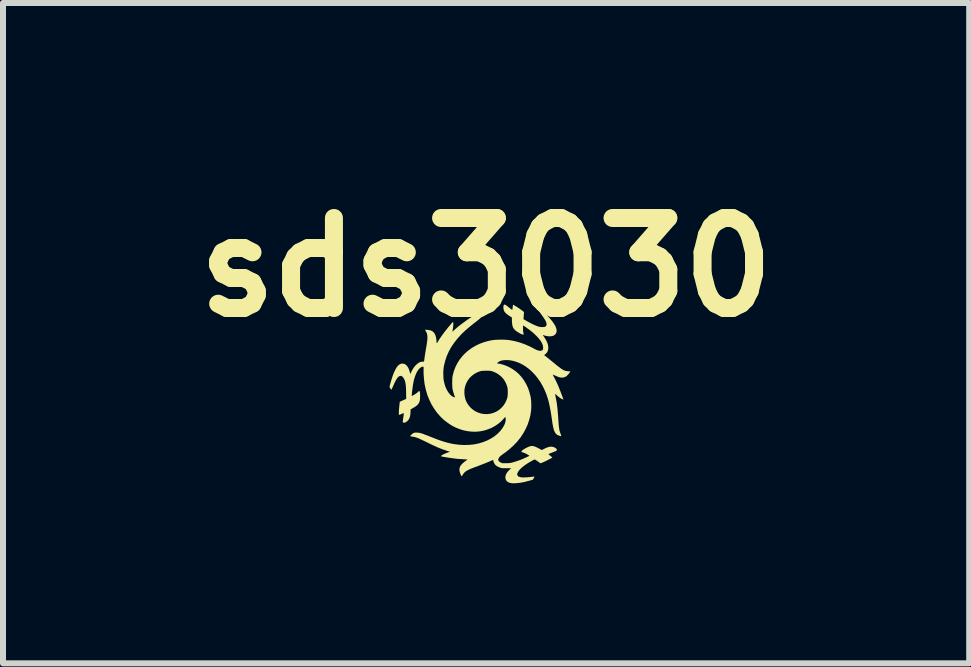
<source format=kicad_pcb>
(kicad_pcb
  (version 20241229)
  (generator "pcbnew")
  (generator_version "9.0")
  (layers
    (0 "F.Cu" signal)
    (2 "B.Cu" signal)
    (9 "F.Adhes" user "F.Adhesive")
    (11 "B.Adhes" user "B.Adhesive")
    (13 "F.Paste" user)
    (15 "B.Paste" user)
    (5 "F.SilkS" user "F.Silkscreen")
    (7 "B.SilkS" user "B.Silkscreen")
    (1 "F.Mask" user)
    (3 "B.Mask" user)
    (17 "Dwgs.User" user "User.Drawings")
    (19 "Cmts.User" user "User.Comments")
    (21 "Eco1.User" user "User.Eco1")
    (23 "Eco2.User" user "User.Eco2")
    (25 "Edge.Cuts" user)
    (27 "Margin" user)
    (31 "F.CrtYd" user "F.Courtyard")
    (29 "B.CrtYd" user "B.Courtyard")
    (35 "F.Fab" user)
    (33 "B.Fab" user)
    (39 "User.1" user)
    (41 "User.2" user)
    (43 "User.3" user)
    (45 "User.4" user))
  (footprint "sds3030"
    (layer "F.Cu")
    (at 5.05 3.487)
    (property "Reference" "sds3030" (at 0 -2.083 0) (layer "F.SilkS") (effects (font (size 1.5 1.5) (thickness 0.3))))
    (attr board_only exclude_from_pos_files exclude_from_bom)
    (fp_poly (pts (xy 0.313 -1.461) (xy 0.327 -1.454) (xy 0.344 -1.442) (xy 0.366 -1.425) (xy 0.367 -1.424) (xy 0.386 -1.409) (xy 0.403 -1.396) (xy 0.417 -1.385) (xy 0.428 -1.378) (xy 0.434 -1.374) (xy 0.436 -1.374) (xy 0.437 -1.379) (xy 0.439 -1.389) (xy 0.441 -1.403) (xy 0.443 -1.417) (xy 0.445 -1.434) (xy 0.447 -1.447) (xy 0.449 -1.456) (xy 0.45 -1.459) (xy 0.453 -1.458) (xy 0.462 -1.453) (xy 0.475 -1.446) (xy 0.49 -1.437) (xy 0.506 -1.427) (xy 0.523 -1.416) (xy 0.538 -1.406) (xy 0.551 -1.398) (xy 0.557 -1.394) (xy 0.569 -1.385) (xy 0.585 -1.373) (xy 0.601 -1.361) (xy 0.604 -1.359) (xy 0.632 -1.338) (xy 0.63 -1.318) (xy 0.629 -1.306) (xy 0.628 -1.289) (xy 0.626 -1.27) (xy 0.626 -1.259) (xy 0.623 -1.219) (xy 0.676 -1.188) (xy 0.71 -1.169) (xy 0.745 -1.15) (xy 0.78 -1.133) (xy 0.812 -1.118) (xy 0.842 -1.106) (xy 0.864 -1.098) (xy 0.884 -1.092) (xy 0.903 -1.089) (xy 0.924 -1.087) (xy 0.934 -1.087) (xy 0.958 -1.087) (xy 0.976 -1.09) (xy 0.988 -1.095) (xy 0.997 -1.103) (xy 1.002 -1.111) (xy 1.007 -1.123) (xy 1.008 -1.138) (xy 1.005 -1.154) (xy 0.999 -1.173) (xy 0.988 -1.196) (xy 0.972 -1.222) (xy 0.952 -1.253) (xy 0.927 -1.288) (xy 0.919 -1.299) (xy 0.905 -1.318) (xy 0.894 -1.334) (xy 0.884 -1.347) (xy 0.878 -1.356) (xy 0.875 -1.36) (xy 0.875 -1.36) (xy 0.879 -1.361) (xy 0.888 -1.362) (xy 0.901 -1.362) (xy 0.904 -1.362) (xy 0.933 -1.362) (xy 0.964 -1.334) (xy 0.983 -1.316) (xy 1.004 -1.294) (xy 1.027 -1.27) (xy 1.051 -1.244) (xy 1.072 -1.219) (xy 1.091 -1.197) (xy 1.104 -1.181) (xy 1.129 -1.145) (xy 1.149 -1.113) (xy 1.163 -1.083) (xy 1.171 -1.057) (xy 1.175 -1.032) (xy 1.175 -1.019) (xy 1.17 -0.993) (xy 1.158 -0.972) (xy 1.141 -0.955) (xy 1.119 -0.942) (xy 1.091 -0.935) (xy 1.058 -0.933) (xy 1.044 -0.933) (xy 1.003 -0.939) (xy 0.978 -0.945) (xy 0.964 -0.95) (xy 0.953 -0.953) (xy 0.946 -0.954) (xy 0.945 -0.954) (xy 0.947 -0.951) (xy 0.952 -0.942) (xy 0.96 -0.931) (xy 0.967 -0.921) (xy 0.983 -0.896) (xy 0.999 -0.869) (xy 1.012 -0.842) (xy 1.023 -0.816) (xy 1.03 -0.794) (xy 1.031 -0.788) (xy 1.036 -0.751) (xy 1.035 -0.72) (xy 1.029 -0.692) (xy 1.017 -0.668) (xy 0.999 -0.646) (xy 0.986 -0.635) (xy 0.967 -0.619) (xy 1.006 -0.59) (xy 1.019 -0.579) (xy 1.037 -0.565) (xy 1.058 -0.547) (xy 1.082 -0.528) (xy 1.107 -0.508) (xy 1.13 -0.489) (xy 1.17 -0.456) (xy 1.204 -0.429) (xy 1.235 -0.406) (xy 1.26 -0.388) (xy 1.283 -0.374) (xy 1.301 -0.365) (xy 1.309 -0.361) (xy 1.328 -0.356) (xy 1.352 -0.352) (xy 1.367 -0.351) (xy 1.383 -0.35) (xy 1.395 -0.348) (xy 1.402 -0.347) (xy 1.404 -0.346) (xy 1.402 -0.342) (xy 1.395 -0.333) (xy 1.386 -0.321) (xy 1.376 -0.308) (xy 1.365 -0.295) (xy 1.355 -0.284) (xy 1.347 -0.276) (xy 1.346 -0.275) (xy 1.327 -0.261) (xy 1.303 -0.251) (xy 1.277 -0.245) (xy 1.275 -0.245) (xy 1.254 -0.245) (xy 1.229 -0.249) (xy 1.201 -0.257) (xy 1.168 -0.271) (xy 1.159 -0.275) (xy 1.142 -0.282) (xy 1.127 -0.289) (xy 1.117 -0.293) (xy 1.111 -0.296) (xy 1.111 -0.294) (xy 1.114 -0.287) (xy 1.119 -0.275) (xy 1.122 -0.27) (xy 1.15 -0.218) (xy 1.178 -0.16) (xy 1.206 -0.097) (xy 1.233 -0.029) (xy 1.254 0.025) (xy 1.262 0.047) (xy 1.27 0.068) (xy 1.276 0.086) (xy 1.281 0.1) (xy 1.284 0.107) (xy 1.289 0.121) (xy 1.279 0.118) (xy 1.26 0.11) (xy 1.237 0.097) (xy 1.212 0.079) (xy 1.185 0.056) (xy 1.18 0.052) (xy 1.168 0.041) (xy 1.158 0.033) (xy 1.152 0.029) (xy 1.15 0.028) (xy 1.15 0.032) (xy 1.152 0.042) (xy 1.154 0.057) (xy 1.158 0.076) (xy 1.16 0.084) (xy 1.167 0.121) (xy 1.174 0.158) (xy 1.18 0.197) (xy 1.185 0.239) (xy 1.19 0.283) (xy 1.194 0.333) (xy 1.199 0.387) (xy 1.203 0.448) (xy 1.204 0.468) (xy 1.207 0.51) (xy 1.21 0.546) (xy 1.213 0.576) (xy 1.217 0.602) (xy 1.22 0.624) (xy 1.225 0.644) (xy 1.231 0.663) (xy 1.237 0.681) (xy 1.243 0.698) (xy 1.248 0.712) (xy 1.251 0.722) (xy 1.252 0.726) (xy 1.251 0.729) (xy 1.246 0.73) (xy 1.238 0.729) (xy 1.224 0.725) (xy 1.218 0.723) (xy 1.195 0.714) (xy 1.177 0.703) (xy 1.162 0.688) (xy 1.154 0.679) (xy 1.146 0.665) (xy 1.138 0.648) (xy 1.13 0.629) (xy 1.124 0.606) (xy 1.117 0.578) (xy 1.111 0.546) (xy 1.104 0.507) (xy 1.098 0.462) (xy 1.096 0.448) (xy 1.085 0.374) (xy 1.074 0.306) (xy 1.062 0.245) (xy 1.05 0.188) (xy 1.037 0.135) (xy 1.022 0.086) (xy 1.007 0.04) (xy 0.989 -0.005) (xy 0.97 -0.049) (xy 0.948 -0.093) (xy 0.944 -0.101) (xy 0.907 -0.167) (xy 0.865 -0.228) (xy 0.82 -0.285) (xy 0.771 -0.337) (xy 0.72 -0.384) (xy 0.666 -0.425) (xy 0.611 -0.46) (xy 0.554 -0.489) (xy 0.495 -0.511) (xy 0.436 -0.527) (xy 0.377 -0.536) (xy 0.337 -0.537) (xy 0.295 -0.535) (xy 0.26 -0.53) (xy 0.231 -0.52) (xy 0.207 -0.507) (xy 0.195 -0.497) (xy 0.186 -0.488) (xy 0.183 -0.483) (xy 0.186 -0.48) (xy 0.193 -0.479) (xy 0.212 -0.478) (xy 0.236 -0.473) (xy 0.263 -0.466) (xy 0.293 -0.457) (xy 0.323 -0.446) (xy 0.353 -0.434) (xy 0.375 -0.424) (xy 0.435 -0.391) (xy 0.491 -0.352) (xy 0.543 -0.307) (xy 0.589 -0.256) (xy 0.63 -0.201) (xy 0.666 -0.14) (xy 0.697 -0.076) (xy 0.721 -0.006) (xy 0.74 0.067) (xy 0.744 0.089) (xy 0.747 0.112) (xy 0.75 0.141) (xy 0.752 0.173) (xy 0.753 0.206) (xy 0.753 0.24) (xy 0.752 0.271) (xy 0.75 0.297) (xy 0.75 0.301) (xy 0.738 0.382) (xy 0.718 0.461) (xy 0.692 0.538) (xy 0.658 0.613) (xy 0.618 0.686) (xy 0.571 0.756) (xy 0.517 0.823) (xy 0.457 0.886) (xy 0.391 0.946) (xy 0.319 1.003) (xy 0.287 1.025) (xy 0.271 1.037) (xy 0.255 1.049) (xy 0.242 1.059) (xy 0.235 1.065) (xy 0.223 1.078) (xy 0.213 1.092) (xy 0.206 1.107) (xy 0.202 1.12) (xy 0.202 1.123) (xy 0.205 1.138) (xy 0.216 1.152) (xy 0.234 1.165) (xy 0.243 1.169) (xy 0.268 1.181) (xy 0.331 1.181) (xy 0.356 1.181) (xy 0.374 1.18) (xy 0.39 1.179) (xy 0.404 1.177) (xy 0.419 1.174) (xy 0.436 1.17) (xy 0.44 1.169) (xy 0.513 1.147) (xy 0.59 1.119) (xy 0.67 1.084) (xy 0.688 1.075) (xy 0.724 1.058) (xy 0.702 1.045) (xy 0.683 1.033) (xy 0.663 1.022) (xy 0.642 1.012) (xy 0.624 1.005) (xy 0.609 1) (xy 0.605 0.999) (xy 0.593 0.995) (xy 0.587 0.991) (xy 0.589 0.983) (xy 0.597 0.974) (xy 0.605 0.966) (xy 0.618 0.956) (xy 0.637 0.944) (xy 0.659 0.931) (xy 0.682 0.92) (xy 0.704 0.909) (xy 0.724 0.902) (xy 0.738 0.897) (xy 0.757 0.895) (xy 0.777 0.895) (xy 0.799 0.9) (xy 0.822 0.908) (xy 0.849 0.92) (xy 0.881 0.937) (xy 0.887 0.94) (xy 0.928 0.962) (xy 0.971 0.94) (xy 1.006 0.924) (xy 1.037 0.913) (xy 1.065 0.907) (xy 1.09 0.906) (xy 1.093 0.907) (xy 1.115 0.91) (xy 1.135 0.917) (xy 1.153 0.926) (xy 1.167 0.937) (xy 1.177 0.949) (xy 1.179 0.959) (xy 1.179 0.963) (xy 1.178 0.967) (xy 1.175 0.971) (xy 1.17 0.974) (xy 1.161 0.979) (xy 1.148 0.985) (xy 1.129 0.992) (xy 1.105 1.002) (xy 1.099 1.004) (xy 1.079 1.012) (xy 1.062 1.019) (xy 1.049 1.025) (xy 1.041 1.03) (xy 1.039 1.031) (xy 1.042 1.035) (xy 1.049 1.042) (xy 1.061 1.051) (xy 1.071 1.059) (xy 1.084 1.069) (xy 1.095 1.078) (xy 1.102 1.084) (xy 1.103 1.087) (xy 1.1 1.09) (xy 1.091 1.095) (xy 1.077 1.103) (xy 1.06 1.112) (xy 1.04 1.122) (xy 1.019 1.133) (xy 0.997 1.144) (xy 0.976 1.154) (xy 0.957 1.163) (xy 0.94 1.17) (xy 0.928 1.175) (xy 0.928 1.175) (xy 0.906 1.183) (xy 0.861 1.151) (xy 0.844 1.139) (xy 0.83 1.13) (xy 0.818 1.123) (xy 0.812 1.119) (xy 0.81 1.119) (xy 0.805 1.12) (xy 0.795 1.125) (xy 0.78 1.133) (xy 0.763 1.142) (xy 0.744 1.153) (xy 0.724 1.164) (xy 0.705 1.175) (xy 0.691 1.184) (xy 0.653 1.209) (xy 0.62 1.234) (xy 0.59 1.259) (xy 0.565 1.283) (xy 0.545 1.307) (xy 0.53 1.33) (xy 0.521 1.35) (xy 0.518 1.368) (xy 0.519 1.372) (xy 0.523 1.386) (xy 0.532 1.397) (xy 0.545 1.406) (xy 0.563 1.412) (xy 0.586 1.417) (xy 0.616 1.419) (xy 0.651 1.418) (xy 0.692 1.416) (xy 0.74 1.411) (xy 0.789 1.405) (xy 0.799 1.404) (xy 0.806 1.405) (xy 0.807 1.405) (xy 0.805 1.409) (xy 0.8 1.418) (xy 0.794 1.43) (xy 0.793 1.432) (xy 0.78 1.456) (xy 0.724 1.472) (xy 0.692 1.48) (xy 0.667 1.487) (xy 0.644 1.493) (xy 0.624 1.497) (xy 0.603 1.501) (xy 0.58 1.505) (xy 0.568 1.507) (xy 0.519 1.513) (xy 0.476 1.516) (xy 0.44 1.516) (xy 0.424 1.514) (xy 0.393 1.508) (xy 0.367 1.497) (xy 0.346 1.481) (xy 0.331 1.462) (xy 0.323 1.439) (xy 0.321 1.413) (xy 0.323 1.397) (xy 0.329 1.375) (xy 0.338 1.355) (xy 0.35 1.335) (xy 0.368 1.314) (xy 0.382 1.299) (xy 0.417 1.265) (xy 0.337 1.265) (xy 0.31 1.265) (xy 0.289 1.265) (xy 0.274 1.264) (xy 0.262 1.263) (xy 0.253 1.262) (xy 0.246 1.26) (xy 0.238 1.257) (xy 0.234 1.256) (xy 0.206 1.244) (xy 0.184 1.233) (xy 0.168 1.222) (xy 0.156 1.211) (xy 0.154 1.21) (xy 0.143 1.196) (xy 0.134 1.179) (xy 0.126 1.163) (xy 0.122 1.149) (xy 0.122 1.145) (xy 0.121 1.136) (xy 0.119 1.131) (xy 0.114 1.129) (xy 0.105 1.131) (xy 0.091 1.137) (xy 0.076 1.143) (xy 0.051 1.155) (xy 0.024 1.166) (xy -0.004 1.178) (xy -0.036 1.19) (xy -0.072 1.204) (xy -0.113 1.22) (xy -0.142 1.231) (xy -0.188 1.248) (xy -0.227 1.263) (xy -0.26 1.276) (xy -0.287 1.289) (xy -0.311 1.3) (xy -0.33 1.311) (xy -0.345 1.322) (xy -0.358 1.333) (xy -0.369 1.345) (xy -0.379 1.358) (xy -0.388 1.372) (xy -0.39 1.375) (xy -0.397 1.387) (xy -0.403 1.395) (xy -0.408 1.399) (xy -0.408 1.399) (xy -0.411 1.395) (xy -0.416 1.386) (xy -0.423 1.372) (xy -0.427 1.362) (xy -0.439 1.328) (xy -0.445 1.297) (xy -0.443 1.269) (xy -0.436 1.242) (xy -0.421 1.217) (xy -0.412 1.205) (xy -0.392 1.185) (xy -0.368 1.164) (xy -0.341 1.143) (xy -0.327 1.134) (xy -0.317 1.127) (xy -0.311 1.122) (xy -0.309 1.12) (xy -0.313 1.12) (xy -0.323 1.119) (xy -0.338 1.118) (xy -0.352 1.117) (xy -0.386 1.115) (xy -0.414 1.113) (xy -0.437 1.112) (xy -0.458 1.11) (xy -0.477 1.109) (xy -0.496 1.107) (xy -0.512 1.105) (xy -0.542 1.101) (xy -0.576 1.096) (xy -0.614 1.091) (xy -0.651 1.085) (xy -0.688 1.079) (xy -0.72 1.073) (xy -0.748 1.067) (xy -0.749 1.067) (xy -0.754 1.065) (xy -0.754 1.063) (xy -0.75 1.059) (xy -0.743 1.053) (xy -0.728 1.043) (xy -0.708 1.032) (xy -0.683 1.021) (xy -0.657 1.01) (xy -0.635 1.002) (xy -0.601 0.992) (xy -0.661 0.972) (xy -0.691 0.962) (xy -0.718 0.953) (xy -0.743 0.943) (xy -0.769 0.933) (xy -0.794 0.923) (xy -0.822 0.911) (xy -0.851 0.897) (xy -0.885 0.882) (xy -0.923 0.864) (xy -0.966 0.843) (xy -0.978 0.837) (xy -1.019 0.817) (xy -1.053 0.801) (xy -1.083 0.787) (xy -1.108 0.775) (xy -1.129 0.766) (xy -1.148 0.759) (xy -1.164 0.753) (xy -1.179 0.748) (xy -1.194 0.745) (xy -1.208 0.742) (xy -1.224 0.739) (xy -1.233 0.738) (xy -1.247 0.736) (xy -1.258 0.733) (xy -1.264 0.731) (xy -1.264 0.731) (xy -1.263 0.727) (xy -1.258 0.72) (xy -1.249 0.71) (xy -1.238 0.7) (xy -1.226 0.69) (xy -1.216 0.682) (xy -1.21 0.679) (xy -1.203 0.676) (xy -1.194 0.673) (xy -1.181 0.672) (xy -1.164 0.672) (xy -1.157 0.672) (xy -1.143 0.672) (xy -1.13 0.673) (xy -1.117 0.675) (xy -1.104 0.677) (xy -1.089 0.681) (xy -1.071 0.686) (xy -1.05 0.693) (xy -1.026 0.703) (xy -0.996 0.714) (xy -0.961 0.727) (xy -0.925 0.742) (xy -0.865 0.765) (xy -0.811 0.786) (xy -0.763 0.803) (xy -0.718 0.818) (xy -0.677 0.831) (xy -0.637 0.841) (xy -0.6 0.85) (xy -0.563 0.858) (xy -0.533 0.863) (xy -0.447 0.874) (xy -0.364 0.878) (xy -0.283 0.876) (xy -0.204 0.868) (xy -0.128 0.853) (xy -0.056 0.832) (xy 0.013 0.805) (xy 0.078 0.772) (xy 0.139 0.733) (xy 0.153 0.722) (xy 0.189 0.692) (xy 0.223 0.659) (xy 0.253 0.623) (xy 0.28 0.586) (xy 0.301 0.549) (xy 0.312 0.524) (xy 0.32 0.499) (xy 0.325 0.474) (xy 0.327 0.451) (xy 0.325 0.432) (xy 0.323 0.423) (xy 0.318 0.41) (xy 0.29 0.443) (xy 0.25 0.485) (xy 0.203 0.524) (xy 0.152 0.559) (xy 0.098 0.589) (xy 0.093 0.592) (xy 0.029 0.618) (xy -0.038 0.638) (xy -0.105 0.651) (xy -0.174 0.657) (xy -0.243 0.655) (xy -0.312 0.647) (xy -0.38 0.633) (xy -0.448 0.611) (xy -0.514 0.584) (xy -0.578 0.55) (xy -0.64 0.509) (xy -0.7 0.463) (xy -0.756 0.41) (xy -0.762 0.404) (xy -0.817 0.341) (xy -0.866 0.273) (xy -0.91 0.201) (xy -0.947 0.124) (xy -0.979 0.044) (xy -1.004 -0.041) (xy -1.023 -0.128) (xy -1.027 -0.153) (xy -1.032 -0.195) (xy -1.037 -0.24) (xy -1.04 -0.286) (xy -1.042 -0.33) (xy -1.042 -0.369) (xy -1.042 -0.376) (xy -1.041 -0.397) (xy -1.041 -0.411) (xy -1.042 -0.42) (xy -1.045 -0.425) (xy -1.05 -0.427) (xy -1.057 -0.427) (xy -1.063 -0.426) (xy -1.074 -0.423) (xy -1.088 -0.415) (xy -1.103 -0.403) (xy -1.117 -0.39) (xy -1.128 -0.377) (xy -1.15 -0.344) (xy -1.169 -0.306) (xy -1.185 -0.264) (xy -1.2 -0.216) (xy -1.212 -0.162) (xy -1.222 -0.102) (xy -1.23 -0.038) (xy -1.234 -0.008) (xy -1.236 0.016) (xy -1.238 0.034) (xy -1.239 0.046) (xy -1.239 0.054) (xy -1.239 0.059) (xy -1.238 0.061) (xy -1.238 0.061) (xy -1.233 0.059) (xy -1.223 0.054) (xy -1.209 0.046) (xy -1.194 0.038) (xy -1.179 0.028) (xy -1.166 0.019) (xy -1.162 0.017) (xy -1.149 0.007) (xy -1.137 -0.004) (xy -1.129 -0.012) (xy -1.129 -0.012) (xy -1.12 -0.02) (xy -1.113 -0.022) (xy -1.108 -0.017) (xy -1.104 -0.004) (xy -1.101 0.015) (xy -1.1 0.042) (xy -1.1 0.063) (xy -1.101 0.1) (xy -1.104 0.131) (xy -1.11 0.157) (xy -1.121 0.18) (xy -1.135 0.201) (xy -1.155 0.22) (xy -1.18 0.239) (xy -1.213 0.259) (xy -1.215 0.26) (xy -1.259 0.286) (xy -1.259 0.317) (xy -1.262 0.362) (xy -1.268 0.401) (xy -1.279 0.434) (xy -1.295 0.461) (xy -1.315 0.482) (xy -1.334 0.495) (xy -1.351 0.504) (xy -1.364 0.507) (xy -1.373 0.507) (xy -1.381 0.503) (xy -1.381 0.503) (xy -1.385 0.499) (xy -1.388 0.495) (xy -1.389 0.49) (xy -1.388 0.48) (xy -1.386 0.465) (xy -1.385 0.46) (xy -1.381 0.427) (xy -1.377 0.401) (xy -1.374 0.38) (xy -1.373 0.366) (xy -1.372 0.356) (xy -1.371 0.35) (xy -1.371 0.347) (xy -1.371 0.347) (xy -1.375 0.348) (xy -1.385 0.351) (xy -1.398 0.356) (xy -1.41 0.361) (xy -1.425 0.368) (xy -1.438 0.373) (xy -1.447 0.376) (xy -1.45 0.377) (xy -1.452 0.373) (xy -1.454 0.363) (xy -1.454 0.347) (xy -1.454 0.327) (xy -1.453 0.303) (xy -1.451 0.276) (xy -1.448 0.248) (xy -1.445 0.218) (xy -1.442 0.19) (xy -1.442 0.188) (xy -1.437 0.157) (xy -1.384 0.133) (xy -1.331 0.109) (xy -1.333 0.004) (xy -1.334 -0.041) (xy -1.336 -0.08) (xy -1.338 -0.113) (xy -1.342 -0.141) (xy -1.346 -0.165) (xy -1.352 -0.187) (xy -1.36 -0.207) (xy -1.369 -0.227) (xy -1.372 -0.233) (xy -1.387 -0.254) (xy -1.402 -0.267) (xy -1.419 -0.274) (xy -1.436 -0.272) (xy -1.454 -0.264) (xy -1.472 -0.247) (xy -1.479 -0.24) (xy -1.488 -0.226) (xy -1.5 -0.206) (xy -1.513 -0.182) (xy -1.527 -0.154) (xy -1.541 -0.123) (xy -1.555 -0.091) (xy -1.56 -0.081) (xy -1.567 -0.065) (xy -1.573 -0.053) (xy -1.577 -0.044) (xy -1.579 -0.042) (xy -1.582 -0.045) (xy -1.588 -0.053) (xy -1.595 -0.063) (xy -1.601 -0.074) (xy -1.607 -0.084) (xy -1.609 -0.091) (xy -1.609 -0.092) (xy -1.608 -0.099) (xy -1.605 -0.111) (xy -1.601 -0.129) (xy -1.595 -0.15) (xy -1.588 -0.173) (xy -1.581 -0.197) (xy -1.574 -0.22) (xy -1.567 -0.242) (xy -1.565 -0.249) (xy -1.546 -0.304) (xy -1.526 -0.35) (xy -1.506 -0.39) (xy -1.486 -0.422) (xy -1.465 -0.447) (xy -1.443 -0.465) (xy -1.421 -0.475) (xy -1.398 -0.479) (xy -1.396 -0.479) (xy -1.37 -0.476) (xy -1.346 -0.465) (xy -1.325 -0.447) (xy -1.306 -0.423) (xy -1.29 -0.393) (xy -1.277 -0.356) (xy -1.274 -0.346) (xy -1.27 -0.331) (xy -1.267 -0.318) (xy -1.265 -0.31) (xy -1.264 -0.308) (xy -1.262 -0.309) (xy -1.258 -0.316) (xy -1.252 -0.327) (xy -1.248 -0.337) (xy -1.227 -0.378) (xy -1.203 -0.415) (xy -1.176 -0.448) (xy -1.149 -0.473) (xy -1.127 -0.489) (xy -1.107 -0.501) (xy -1.087 -0.507) (xy -1.065 -0.51) (xy -1.056 -0.51) (xy -1.047 -0.51) (xy -1.041 -0.511) (xy -1.037 -0.513) (xy -1.034 -0.519) (xy -1.032 -0.528) (xy -1.03 -0.543) (xy -1.027 -0.563) (xy -1.025 -0.577) (xy -1.023 -0.597) (xy -1.019 -0.621) (xy -1.015 -0.648) (xy -1.01 -0.677) (xy -1.006 -0.7) (xy -0.999 -0.742) (xy -0.993 -0.778) (xy -0.989 -0.808) (xy -0.985 -0.833) (xy -0.982 -0.853) (xy -0.98 -0.871) (xy -0.979 -0.886) (xy -0.978 -0.899) (xy -0.978 -0.911) (xy -0.978 -0.914) (xy -0.979 -0.941) (xy -0.982 -0.962) (xy -0.987 -0.982) (xy -0.996 -1.002) (xy -1.002 -1.012) (xy -1.009 -1.025) (xy -1.014 -1.035) (xy -1.016 -1.042) (xy -1.015 -1.043) (xy -1.01 -1.043) (xy -0.999 -1.043) (xy -0.985 -1.041) (xy -0.968 -1.039) (xy -0.951 -1.037) (xy -0.936 -1.034) (xy -0.926 -1.032) (xy -0.9 -1.021) (xy -0.878 -1.003) (xy -0.859 -0.98) (xy -0.845 -0.95) (xy -0.834 -0.914) (xy -0.828 -0.873) (xy -0.827 -0.86) (xy -0.826 -0.844) (xy -0.825 -0.83) (xy -0.824 -0.821) (xy -0.823 -0.818) (xy -0.821 -0.819) (xy -0.815 -0.826) (xy -0.808 -0.837) (xy -0.798 -0.852) (xy -0.797 -0.855) (xy -0.775 -0.89) (xy -0.751 -0.925) (xy -0.725 -0.962) (xy -0.697 -1) (xy -0.665 -1.041) (xy -0.629 -1.086) (xy -0.605 -1.114) (xy -0.586 -1.137) (xy -0.57 -1.155) (xy -0.559 -1.166) (xy -0.552 -1.172) (xy -0.55 -1.172) (xy -0.548 -1.166) (xy -0.547 -1.153) (xy -0.546 -1.137) (xy -0.547 -1.117) (xy -0.549 -1.096) (xy -0.551 -1.075) (xy -0.554 -1.056) (xy -0.555 -1.052) (xy -0.558 -1.036) (xy -0.561 -1.023) (xy -0.563 -1.014) (xy -0.563 -1.011) (xy -0.561 -1.012) (xy -0.554 -1.017) (xy -0.544 -1.025) (xy -0.538 -1.031) (xy -0.51 -1.056) (xy -0.481 -1.081) (xy -0.451 -1.106) (xy -0.417 -1.132) (xy -0.381 -1.159) (xy -0.34 -1.189) (xy -0.294 -1.221) (xy -0.242 -1.255) (xy -0.234 -1.261) (xy -0.207 -1.279) (xy -0.182 -1.297) (xy -0.158 -1.313) (xy -0.137 -1.327) (xy -0.12 -1.339) (xy -0.108 -1.348) (xy -0.104 -1.351) (xy -0.085 -1.367) (xy -0.065 -1.387) (xy -0.046 -1.407) (xy -0.03 -1.426) (xy -0.024 -1.434) (xy -0.017 -1.443) (xy -0.011 -1.448) (xy -0.007 -1.448) (xy -0.003 -1.442) (xy 0.001 -1.43) (xy 0.006 -1.411) (xy 0.008 -1.402) (xy 0.01 -1.385) (xy 0.008 -1.369) (xy 0.006 -1.363) (xy 0.001 -1.347) (xy -0.006 -1.332) (xy -0.017 -1.315) (xy -0.03 -1.298) (xy -0.048 -1.279) (xy -0.069 -1.259) (xy -0.096 -1.235) (xy -0.127 -1.209) (xy -0.164 -1.179) (xy -0.179 -1.168) (xy -0.226 -1.131) (xy -0.268 -1.097) (xy -0.305 -1.066) (xy -0.339 -1.037) (xy -0.369 -1.009) (xy -0.397 -0.982) (xy -0.417 -0.962) (xy -0.479 -0.894) (xy -0.533 -0.824) (xy -0.581 -0.754) (xy -0.621 -0.682) (xy -0.654 -0.608) (xy -0.68 -0.531) (xy -0.7 -0.453) (xy -0.706 -0.42) (xy -0.709 -0.396) (xy -0.712 -0.367) (xy -0.713 -0.334) (xy -0.713 -0.3) (xy -0.712 -0.267) (xy -0.711 -0.236) (xy -0.708 -0.21) (xy -0.706 -0.199) (xy -0.693 -0.139) (xy -0.675 -0.085) (xy -0.653 -0.038) (xy -0.627 0.004) (xy -0.601 0.036) (xy -0.578 0.058) (xy -0.555 0.073) (xy -0.534 0.081) (xy -0.529 0.082) (xy -0.52 0.084) (xy -0.518 0.082) (xy -0.519 0.078) (xy -0.526 0.062) (xy -0.533 0.04) (xy -0.54 0.017) (xy -0.362 0.017) (xy -0.356 0.07) (xy -0.344 0.119) (xy -0.324 0.166) (xy -0.297 0.21) (xy -0.264 0.25) (xy -0.257 0.257) (xy -0.218 0.291) (xy -0.175 0.319) (xy -0.128 0.34) (xy -0.079 0.355) (xy -0.028 0.362) (xy 0.024 0.363) (xy 0.076 0.356) (xy 0.124 0.342) (xy 0.17 0.322) (xy 0.212 0.296) (xy 0.25 0.264) (xy 0.284 0.227) (xy 0.313 0.185) (xy 0.336 0.14) (xy 0.339 0.131) (xy 0.348 0.107) (xy 0.354 0.085) (xy 0.358 0.064) (xy 0.36 0.041) (xy 0.361 0.013) (xy 0.361 -0.013) (xy 0.36 -0.037) (xy 0.359 -0.055) (xy 0.358 -0.069) (xy 0.355 -0.081) (xy 0.352 -0.093) (xy 0.348 -0.106) (xy 0.347 -0.109) (xy 0.331 -0.151) (xy 0.312 -0.187) (xy 0.29 -0.22) (xy 0.263 -0.251) (xy 0.257 -0.257) (xy 0.22 -0.289) (xy 0.18 -0.316) (xy 0.135 -0.338) (xy 0.099 -0.351) (xy 0.088 -0.354) (xy 0.078 -0.356) (xy 0.066 -0.358) (xy 0.053 -0.359) (xy 0.036 -0.359) (xy 0.013 -0.36) (xy 0 -0.36) (xy -0.031 -0.359) (xy -0.056 -0.358) (xy -0.077 -0.356) (xy -0.096 -0.352) (xy -0.115 -0.346) (xy -0.135 -0.338) (xy -0.155 -0.329) (xy -0.198 -0.305) (xy -0.238 -0.275) (xy -0.274 -0.24) (xy -0.304 -0.2) (xy -0.328 -0.157) (xy -0.346 -0.111) (xy -0.358 -0.063) (xy -0.361 -0.038) (xy -0.362 0.017) (xy -0.54 0.017) (xy -0.541 0.016) (xy -0.548 -0.008) (xy -0.554 -0.03) (xy -0.557 -0.043) (xy -0.559 -0.058) (xy -0.562 -0.073) (xy -0.563 -0.088) (xy -0.564 -0.107) (xy -0.564 -0.129) (xy -0.565 -0.157) (xy -0.565 -0.162) (xy -0.564 -0.19) (xy -0.564 -0.213) (xy -0.563 -0.231) (xy -0.562 -0.247) (xy -0.56 -0.261) (xy -0.557 -0.276) (xy -0.556 -0.281) (xy -0.537 -0.353) (xy -0.511 -0.422) (xy -0.478 -0.487) (xy -0.439 -0.548) (xy -0.393 -0.605) (xy -0.361 -0.639) (xy -0.305 -0.69) (xy -0.244 -0.735) (xy -0.179 -0.774) (xy -0.109 -0.808) (xy -0.035 -0.835) (xy 0.043 -0.857) (xy 0.112 -0.87) (xy 0.139 -0.873) (xy 0.172 -0.875) (xy 0.208 -0.877) (xy 0.246 -0.877) (xy 0.285 -0.877) (xy 0.322 -0.876) (xy 0.356 -0.873) (xy 0.384 -0.87) (xy 0.386 -0.87) (xy 0.476 -0.853) (xy 0.565 -0.829) (xy 0.653 -0.797) (xy 0.739 -0.759) (xy 0.816 -0.718) (xy 0.841 -0.706) (xy 0.866 -0.697) (xy 0.889 -0.692) (xy 0.909 -0.691) (xy 0.91 -0.691) (xy 0.927 -0.696) (xy 0.94 -0.703) (xy 0.947 -0.715) (xy 0.95 -0.732) (xy 0.95 -0.755) (xy 0.95 -0.755) (xy 0.944 -0.787) (xy 0.93 -0.82) (xy 0.91 -0.855) (xy 0.882 -0.892) (xy 0.847 -0.931) (xy 0.805 -0.972) (xy 0.791 -0.985) (xy 0.777 -0.997) (xy 0.76 -1.011) (xy 0.741 -1.026) (xy 0.721 -1.042) (xy 0.7 -1.057) (xy 0.68 -1.072) (xy 0.661 -1.086) (xy 0.644 -1.097) (xy 0.631 -1.106) (xy 0.621 -1.112) (xy 0.617 -1.113) (xy 0.617 -1.113) (xy 0.616 -1.108) (xy 0.615 -1.098) (xy 0.615 -1.082) (xy 0.615 -1.064) (xy 0.615 -1.06) (xy 0.615 -1.034) (xy 0.617 -1.013) (xy 0.619 -0.997) (xy 0.622 -0.988) (xy 0.625 -0.976) (xy 0.626 -0.967) (xy 0.626 -0.963) (xy 0.621 -0.961) (xy 0.61 -0.963) (xy 0.594 -0.968) (xy 0.576 -0.976) (xy 0.555 -0.987) (xy 0.533 -1) (xy 0.51 -1.015) (xy 0.505 -1.018) (xy 0.483 -1.035) (xy 0.466 -1.054) (xy 0.452 -1.074) (xy 0.442 -1.098) (xy 0.436 -1.125) (xy 0.432 -1.158) (xy 0.43 -1.197) (xy 0.43 -1.208) (xy 0.43 -1.246) (xy 0.391 -1.271) (xy 0.363 -1.29) (xy 0.339 -1.309) (xy 0.319 -1.328) (xy 0.305 -1.346) (xy 0.301 -1.353) (xy 0.294 -1.371) (xy 0.29 -1.39) (xy 0.288 -1.41) (xy 0.288 -1.429) (xy 0.291 -1.445) (xy 0.297 -1.456) (xy 0.304 -1.462) (xy 0.305 -1.462)) (stroke (width 0) (type solid)) (fill yes) (layer "F.SilkS")))
  (gr_rect
    (start -3 -3)
    (end 13.1 8.003)
    (stroke (width 0.1) (type default))
    (fill no)
    (layer "Edge.Cuts")))
</source>
